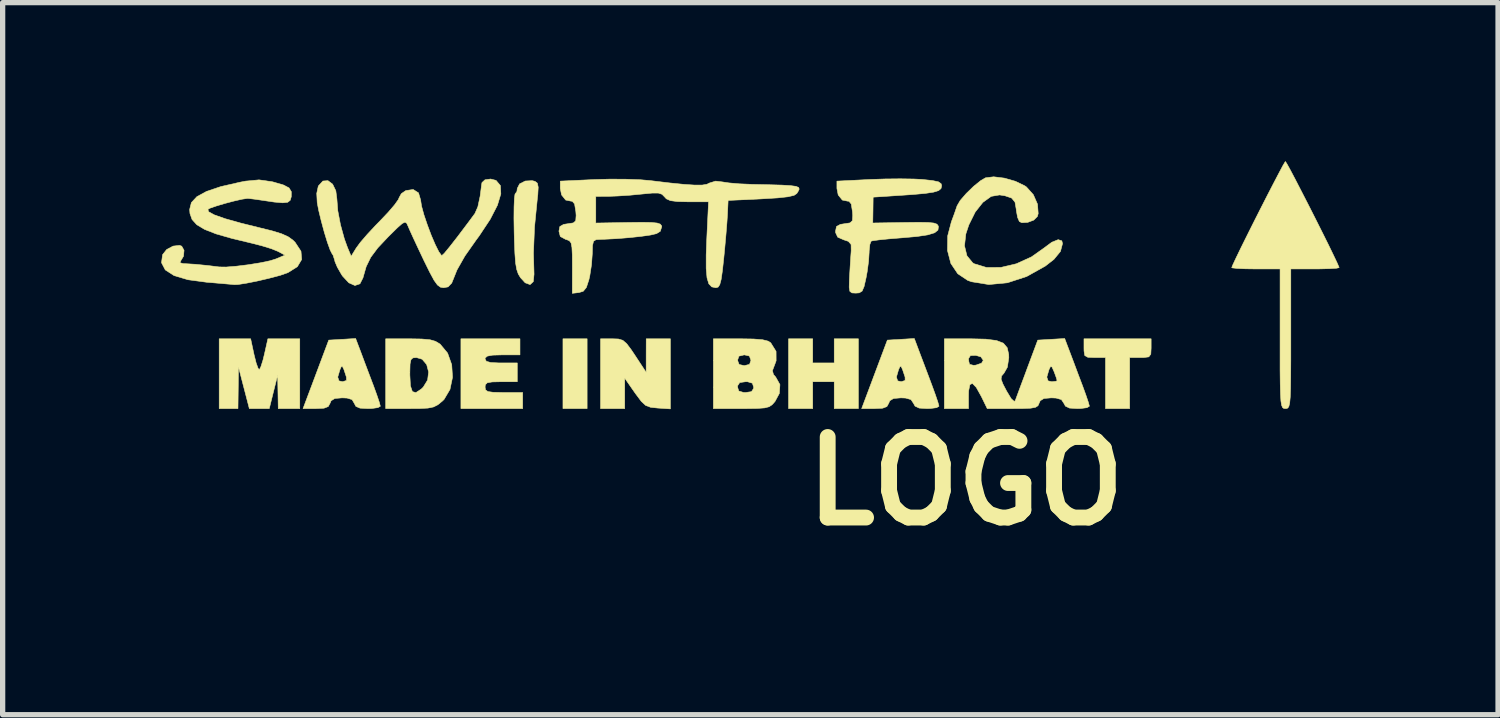
<source format=kicad_pcb>
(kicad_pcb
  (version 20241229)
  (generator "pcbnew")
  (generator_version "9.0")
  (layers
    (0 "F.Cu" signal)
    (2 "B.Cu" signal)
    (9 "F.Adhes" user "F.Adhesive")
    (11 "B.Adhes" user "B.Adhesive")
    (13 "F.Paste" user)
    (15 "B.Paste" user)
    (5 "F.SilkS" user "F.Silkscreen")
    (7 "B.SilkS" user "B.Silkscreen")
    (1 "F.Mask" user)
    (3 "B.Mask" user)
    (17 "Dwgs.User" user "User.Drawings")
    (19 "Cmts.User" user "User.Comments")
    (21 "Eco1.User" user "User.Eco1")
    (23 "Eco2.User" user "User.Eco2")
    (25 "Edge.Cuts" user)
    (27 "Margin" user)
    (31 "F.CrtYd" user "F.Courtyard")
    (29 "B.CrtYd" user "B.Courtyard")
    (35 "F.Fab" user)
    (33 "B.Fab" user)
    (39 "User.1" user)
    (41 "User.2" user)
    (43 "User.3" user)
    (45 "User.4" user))
  (footprint "LOGO"
    (layer "F.Cu")
    (at 15.218 6.05)
    (property "Reference" "LOGO" (at 0 0 0) (layer "F.SilkS") (effects (font (size 1.524 1.524) (thickness 0.3))))
    (attr through_hole)
    (fp_poly (pts (xy -7.163 -1.372) (xy -7.62 -1.372) (xy -7.62 -2.692) (xy -7.163 -2.692) (xy -7.163 -1.372)) (stroke (width 0.01) (type solid)) (fill yes) (layer "F.SilkS"))
    (fp_poly (pts (xy -2.896 -2.235) (xy -2.489 -2.235) (xy -2.489 -2.692) (xy -2.032 -2.692) (xy -2.032 -1.372) (xy -2.489 -1.372) (xy -2.489 -1.88) (xy -2.896 -1.88) (xy -2.896 -1.372) (xy -3.353 -1.372) (xy -3.353 -2.692) (xy -2.896 -2.692) (xy -2.896 -2.235)) (stroke (width 0.01) (type solid)) (fill yes) (layer "F.SilkS"))
    (fp_poly (pts (xy 3.505 -2.515) (xy 3.499 -2.401) (xy 3.461 -2.35) (xy 3.362 -2.337) (xy 3.302 -2.337) (xy 3.099 -2.337) (xy 3.099 -1.372) (xy 2.642 -1.372) (xy 2.642 -2.337) (xy 2.438 -2.337) (xy 2.308 -2.342) (xy 2.25 -2.375) (xy 2.236 -2.462) (xy 2.235 -2.515) (xy 2.235 -2.692) (xy 3.505 -2.692) (xy 3.505 -2.515)) (stroke (width 0.01) (type solid)) (fill yes) (layer "F.SilkS"))
    (fp_poly (pts (xy -13.462 -2.389) (xy -13.423 -2.234) (xy -13.386 -2.132) (xy -13.362 -2.107) (xy -13.333 -2.165) (xy -13.293 -2.291) (xy -13.264 -2.411) (xy -13.201 -2.692) (xy -12.598 -2.692) (xy -12.598 -1.372) (xy -13.005 -1.372) (xy -13.016 -2.007) (xy -13.096 -1.689) (xy -13.175 -1.372) (xy -13.552 -1.372) (xy -13.757 -2.159) (xy -13.767 -1.372) (xy -14.122 -1.372) (xy -14.122 -2.692) (xy -13.527 -2.692) (xy -13.462 -2.389)) (stroke (width 0.01) (type solid)) (fill yes) (layer "F.SilkS"))
    (fp_poly (pts (xy -6.571 -2.688) (xy -6.488 -2.663) (xy -6.415 -2.6) (xy -6.325 -2.48) (xy -6.255 -2.375) (xy -6.046 -2.057) (xy -6.046 -2.375) (xy -6.045 -2.692) (xy -5.588 -2.692) (xy -5.588 -1.366) (xy -5.828 -1.382) (xy -5.961 -1.396) (xy -6.055 -1.431) (xy -6.138 -1.508) (xy -6.241 -1.646) (xy -6.26 -1.672) (xy -6.452 -1.948) (xy -6.452 -1.372) (xy -6.909 -1.372) (xy -6.909 -2.692) (xy -6.687 -2.692) (xy -6.571 -2.688)) (stroke (width 0.01) (type solid)) (fill yes) (layer "F.SilkS"))
    (fp_poly (pts (xy -8.433 -2.388) (xy -8.763 -2.388) (xy -8.948 -2.383) (xy -9.051 -2.364) (xy -9.091 -2.329) (xy -9.093 -2.311) (xy -9.07 -2.267) (xy -8.987 -2.243) (xy -8.825 -2.235) (xy -8.788 -2.235) (xy -8.484 -2.235) (xy -8.484 -1.88) (xy -8.788 -1.88) (xy -8.959 -1.876) (xy -9.051 -1.86) (xy -9.088 -1.823) (xy -9.093 -1.778) (xy -9.084 -1.725) (xy -9.04 -1.694) (xy -8.942 -1.68) (xy -8.766 -1.676) (xy -8.738 -1.676) (xy -8.382 -1.676) (xy -8.382 -1.372) (xy -9.55 -1.372) (xy -9.55 -2.692) (xy -8.433 -2.692) (xy -8.433 -2.388)) (stroke (width 0.01) (type solid)) (fill yes) (layer "F.SilkS"))
    (fp_poly (pts (xy -8.149 -5.67) (xy -8.104 -5.635) (xy -8.088 -5.559) (xy -8.096 -5.417) (xy -8.104 -5.347) (xy -8.158 -4.803) (xy -8.178 -4.312) (xy -8.167 -3.913) (xy -8.181 -3.773) (xy -8.242 -3.717) (xy -8.334 -3.751) (xy -8.423 -3.848) (xy -8.465 -3.918) (xy -8.495 -4.005) (xy -8.516 -4.127) (xy -8.529 -4.304) (xy -8.539 -4.554) (xy -8.543 -4.714) (xy -8.547 -4.972) (xy -8.545 -5.188) (xy -8.538 -5.347) (xy -8.527 -5.428) (xy -8.522 -5.436) (xy -8.491 -5.478) (xy -8.484 -5.536) (xy -8.44 -5.622) (xy -8.333 -5.676) (xy -8.202 -5.683) (xy -8.149 -5.67)) (stroke (width 0.01) (type solid)) (fill yes) (layer "F.SilkS"))
    (fp_poly (pts (xy -10.291 -2.688) (xy -10.135 -2.674) (xy -10.029 -2.643) (xy -9.946 -2.593) (xy -9.942 -2.59) (xy -9.802 -2.421) (xy -9.724 -2.202) (xy -9.709 -1.963) (xy -9.757 -1.734) (xy -9.869 -1.545) (xy -9.902 -1.513) (xy -9.985 -1.445) (xy -10.067 -1.403) (xy -10.174 -1.381) (xy -10.334 -1.373) (xy -10.516 -1.372) (xy -10.973 -1.372) (xy -10.973 -2.007) (xy -10.516 -2.007) (xy -10.505 -1.802) (xy -10.468 -1.693) (xy -10.402 -1.674) (xy -10.3 -1.741) (xy -10.262 -1.778) (xy -10.18 -1.912) (xy -10.161 -2.064) (xy -10.198 -2.205) (xy -10.283 -2.305) (xy -10.39 -2.337) (xy -10.458 -2.331) (xy -10.495 -2.297) (xy -10.512 -2.214) (xy -10.516 -2.057) (xy -10.516 -2.007) (xy -10.973 -2.007) (xy -10.973 -2.692) (xy -10.522 -2.692) (xy -10.291 -2.688)) (stroke (width 0.01) (type solid)) (fill yes) (layer "F.SilkS"))
    (fp_poly (pts (xy -11.439 -2.428) (xy -11.367 -2.235) (xy -11.279 -2.002) (xy -11.206 -1.81) (xy -11.142 -1.634) (xy -11.095 -1.495) (xy -11.075 -1.42) (xy -11.074 -1.416) (xy -11.12 -1.39) (xy -11.235 -1.374) (xy -11.308 -1.372) (xy -11.458 -1.38) (xy -11.536 -1.413) (xy -11.568 -1.473) (xy -11.609 -1.542) (xy -11.704 -1.571) (xy -11.796 -1.575) (xy -11.936 -1.563) (xy -12.006 -1.519) (xy -12.025 -1.473) (xy -12.06 -1.41) (xy -12.14 -1.379) (xy -12.292 -1.372) (xy -12.294 -1.372) (xy -12.536 -1.372) (xy -12.312 -1.968) (xy -11.88 -1.968) (xy -11.856 -1.896) (xy -11.787 -1.88) (xy -11.714 -1.904) (xy -11.716 -1.968) (xy -11.763 -2.111) (xy -11.792 -2.171) (xy -11.814 -2.163) (xy -11.838 -2.108) (xy -11.88 -1.968) (xy -12.312 -1.968) (xy -12.293 -2.019) (xy -12.05 -2.667) (xy -11.541 -2.697) (xy -11.439 -2.428)) (stroke (width 0.01) (type solid)) (fill yes) (layer "F.SilkS"))
    (fp_poly (pts (xy -0.873 -2.428) (xy -0.8 -2.235) (xy -0.712 -2.002) (xy -0.64 -1.81) (xy -0.576 -1.634) (xy -0.529 -1.495) (xy -0.508 -1.42) (xy -0.508 -1.416) (xy -0.553 -1.389) (xy -0.668 -1.374) (xy -0.733 -1.372) (xy -0.882 -1.381) (xy -0.96 -1.418) (xy -0.991 -1.473) (xy -1.037 -1.542) (xy -1.138 -1.571) (xy -1.227 -1.575) (xy -1.368 -1.563) (xy -1.438 -1.52) (xy -1.458 -1.473) (xy -1.493 -1.41) (xy -1.573 -1.379) (xy -1.726 -1.372) (xy -1.727 -1.372) (xy -1.97 -1.372) (xy -1.746 -1.968) (xy -1.313 -1.968) (xy -1.289 -1.896) (xy -1.221 -1.88) (xy -1.148 -1.904) (xy -1.149 -1.968) (xy -1.197 -2.111) (xy -1.225 -2.171) (xy -1.247 -2.163) (xy -1.272 -2.108) (xy -1.313 -1.968) (xy -1.746 -1.968) (xy -1.727 -2.019) (xy -1.484 -2.667) (xy -0.974 -2.697) (xy -0.873 -2.428)) (stroke (width 0.01) (type solid)) (fill yes) (layer "F.SilkS"))
    (fp_poly (pts (xy -4.015 -2.688) (xy -3.843 -2.674) (xy -3.737 -2.647) (xy -3.69 -2.616) (xy -3.589 -2.454) (xy -3.588 -2.276) (xy -3.617 -2.197) (xy -3.658 -2.089) (xy -3.638 -2.016) (xy -3.596 -1.968) (xy -3.516 -1.826) (xy -3.527 -1.659) (xy -3.61 -1.505) (xy -3.663 -1.446) (xy -3.72 -1.407) (xy -3.805 -1.385) (xy -3.939 -1.375) (xy -4.144 -1.372) (xy -4.245 -1.372) (xy -4.775 -1.372) (xy -4.775 -1.778) (xy -4.318 -1.778) (xy -4.294 -1.704) (xy -4.205 -1.677) (xy -4.166 -1.676) (xy -4.054 -1.692) (xy -4.015 -1.752) (xy -4.013 -1.778) (xy -4.037 -1.852) (xy -4.126 -1.879) (xy -4.166 -1.88) (xy -4.277 -1.864) (xy -4.316 -1.804) (xy -4.318 -1.778) (xy -4.775 -1.778) (xy -4.775 -2.286) (xy -4.318 -2.286) (xy -4.288 -2.206) (xy -4.191 -2.184) (xy -4.091 -2.208) (xy -4.064 -2.286) (xy -4.094 -2.366) (xy -4.191 -2.388) (xy -4.291 -2.364) (xy -4.318 -2.286) (xy -4.775 -2.286) (xy -4.775 -2.692) (xy -4.271 -2.692) (xy -4.015 -2.688)) (stroke (width 0.01) (type solid)) (fill yes) (layer "F.SilkS"))
    (fp_poly (pts (xy 6.073 -6.002) (xy 6.138 -5.884) (xy 6.232 -5.706) (xy 6.346 -5.485) (xy 6.474 -5.236) (xy 6.606 -4.976) (xy 6.735 -4.719) (xy 6.853 -4.482) (xy 6.951 -4.28) (xy 7.022 -4.131) (xy 7.058 -4.048) (xy 7.061 -4.038) (xy 7.014 -4.027) (xy 6.888 -4.019) (xy 6.706 -4.014) (xy 6.604 -4.013) (xy 6.147 -4.013) (xy 6.147 -2.692) (xy 6.147 -2.292) (xy 6.145 -1.983) (xy 6.142 -1.751) (xy 6.136 -1.587) (xy 6.126 -1.479) (xy 6.111 -1.415) (xy 6.091 -1.383) (xy 6.065 -1.373) (xy 6.045 -1.372) (xy 6.014 -1.375) (xy 5.991 -1.392) (xy 5.973 -1.436) (xy 5.96 -1.516) (xy 5.952 -1.645) (xy 5.947 -1.835) (xy 5.944 -2.096) (xy 5.944 -2.44) (xy 5.944 -2.692) (xy 5.944 -4.013) (xy 5.486 -4.013) (xy 5.285 -4.016) (xy 5.129 -4.023) (xy 5.041 -4.033) (xy 5.029 -4.038) (xy 5.051 -4.093) (xy 5.111 -4.221) (xy 5.201 -4.407) (xy 5.313 -4.633) (xy 5.439 -4.885) (xy 5.571 -5.146) (xy 5.701 -5.401) (xy 5.821 -5.633) (xy 5.923 -5.828) (xy 5.998 -5.969) (xy 6.04 -6.04) (xy 6.045 -6.045) (xy 6.073 -6.002)) (stroke (width 0.01) (type solid)) (fill yes) (layer "F.SilkS"))
    (fp_poly (pts (xy 0.729 -5.731) (xy 0.938 -5.671) (xy 1.114 -5.586) (xy 1.146 -5.564) (xy 1.277 -5.418) (xy 1.356 -5.238) (xy 1.369 -5.061) (xy 1.354 -5.006) (xy 1.285 -4.937) (xy 1.171 -4.894) (xy 1.059 -4.888) (xy 1.013 -4.91) (xy 0.979 -4.988) (xy 0.955 -5.12) (xy 0.953 -5.145) (xy 0.93 -5.277) (xy 0.867 -5.354) (xy 0.741 -5.397) (xy 0.638 -5.413) (xy 0.48 -5.386) (xy 0.322 -5.272) (xy 0.177 -5.088) (xy 0.057 -4.846) (xy 0.000273 -4.675) (xy -0.025 -4.451) (xy 0.021 -4.262) (xy 0.13 -4.129) (xy 0.159 -4.111) (xy 0.39 -4.041) (xy 0.664 -4.042) (xy 0.956 -4.111) (xy 1.242 -4.241) (xy 1.465 -4.399) (xy 1.626 -4.518) (xy 1.747 -4.567) (xy 1.816 -4.545) (xy 1.829 -4.492) (xy 1.79 -4.345) (xy 1.667 -4.195) (xy 1.503 -4.067) (xy 1.15 -3.87) (xy 0.788 -3.752) (xy 0.436 -3.718) (xy 0.109 -3.771) (xy 0.035 -3.797) (xy -0.153 -3.923) (xy -0.283 -4.117) (xy -0.347 -4.362) (xy -0.343 -4.638) (xy -0.274 -4.902) (xy -0.217 -5.056) (xy -0.173 -5.184) (xy -0.165 -5.207) (xy -0.106 -5.308) (xy 0.008 -5.44) (xy 0.147 -5.575) (xy 0.282 -5.684) (xy 0.373 -5.737) (xy 0.527 -5.756) (xy 0.729 -5.731)) (stroke (width 0.01) (type solid)) (fill yes) (layer "F.SilkS"))
    (fp_poly (pts (xy -0.982 -5.714) (xy -0.826 -5.706) (xy -0.631 -5.685) (xy -0.518 -5.661) (xy -0.467 -5.625) (xy -0.457 -5.586) (xy -0.469 -5.534) (xy -0.515 -5.495) (xy -0.609 -5.466) (xy -0.766 -5.442) (xy -0.999 -5.421) (xy -1.219 -5.406) (xy -1.753 -5.371) (xy -1.756 -5.126) (xy -1.76 -4.882) (xy -1.148 -4.892) (xy -0.888 -4.895) (xy -0.712 -4.892) (xy -0.604 -4.881) (xy -0.546 -4.86) (xy -0.522 -4.827) (xy -0.518 -4.813) (xy -0.527 -4.748) (xy -0.589 -4.698) (xy -0.718 -4.658) (xy -0.923 -4.627) (xy -1.218 -4.601) (xy -1.245 -4.599) (xy -1.463 -4.581) (xy -1.642 -4.563) (xy -1.759 -4.547) (xy -1.791 -4.539) (xy -1.815 -4.477) (xy -1.828 -4.355) (xy -1.829 -4.323) (xy -1.839 -4.161) (xy -1.866 -3.959) (xy -1.887 -3.844) (xy -1.924 -3.681) (xy -1.961 -3.595) (xy -2.016 -3.561) (xy -2.08 -3.556) (xy -2.154 -3.56) (xy -2.193 -3.589) (xy -2.206 -3.665) (xy -2.202 -3.813) (xy -2.199 -3.873) (xy -2.187 -4.074) (xy -2.175 -4.26) (xy -2.168 -4.357) (xy -2.17 -4.476) (xy -2.222 -4.535) (xy -2.309 -4.564) (xy -2.423 -4.614) (xy -2.463 -4.7) (xy -2.464 -4.728) (xy -2.446 -4.816) (xy -2.373 -4.856) (xy -2.296 -4.868) (xy -2.191 -4.884) (xy -2.145 -4.926) (xy -2.139 -5.025) (xy -2.144 -5.096) (xy -2.167 -5.242) (xy -2.212 -5.295) (xy -2.228 -5.294) (xy -2.336 -5.316) (xy -2.414 -5.413) (xy -2.438 -5.536) (xy -2.438 -5.674) (xy -1.816 -5.705) (xy -1.53 -5.715) (xy -1.239 -5.718) (xy -0.982 -5.714)) (stroke (width 0.01) (type solid)) (fill yes) (layer "F.SilkS"))
    (fp_poly (pts (xy 1.972 -2.428) (xy 2.045 -2.235) (xy 2.132 -2.002) (xy 2.205 -1.81) (xy 2.269 -1.634) (xy 2.316 -1.495) (xy 2.337 -1.42) (xy 2.337 -1.416) (xy 2.291 -1.389) (xy 2.177 -1.374) (xy 2.112 -1.372) (xy 1.962 -1.381) (xy 1.884 -1.418) (xy 1.854 -1.473) (xy 1.808 -1.542) (xy 1.707 -1.571) (xy 1.617 -1.575) (xy 1.477 -1.563) (xy 1.407 -1.52) (xy 1.386 -1.473) (xy 1.365 -1.426) (xy 1.318 -1.396) (xy 1.226 -1.379) (xy 1.068 -1.373) (xy 0.882 -1.372) (xy 0.405 -1.372) (xy 0.295 -1.598) (xy 0.198 -1.772) (xy 0.125 -1.848) (xy 0.077 -1.825) (xy 0.053 -1.705) (xy 0.051 -1.624) (xy 0.051 -1.372) (xy -0.406 -1.372) (xy -0.406 -2.286) (xy 0.051 -2.286) (xy 0.07 -2.209) (xy 0.146 -2.19) (xy 0.191 -2.194) (xy 0.298 -2.231) (xy 0.33 -2.286) (xy 0.285 -2.35) (xy 0.191 -2.378) (xy 0.088 -2.375) (xy 0.053 -2.32) (xy 0.051 -2.286) (xy -0.406 -2.286) (xy -0.406 -2.692) (xy 0.09 -2.692) (xy 0.379 -2.685) (xy 0.581 -2.659) (xy 0.711 -2.608) (xy 0.783 -2.523) (xy 0.811 -2.398) (xy 0.813 -2.334) (xy 0.786 -2.155) (xy 0.724 -2.045) (xy 0.676 -1.988) (xy 0.667 -1.929) (xy 0.701 -1.838) (xy 0.772 -1.702) (xy 0.86 -1.557) (xy 0.917 -1.507) (xy 0.936 -1.525) (xy 0.964 -1.601) (xy 1.019 -1.75) (xy 1.093 -1.948) (xy 1.101 -1.968) (xy 1.532 -1.968) (xy 1.556 -1.896) (xy 1.626 -1.88) (xy 1.708 -1.889) (xy 1.727 -1.902) (xy 1.71 -1.96) (xy 1.671 -2.067) (xy 1.629 -2.16) (xy 1.601 -2.166) (xy 1.573 -2.108) (xy 1.532 -1.968) (xy 1.101 -1.968) (xy 1.162 -2.134) (xy 1.361 -2.667) (xy 1.616 -2.682) (xy 1.87 -2.697) (xy 1.972 -2.428)) (stroke (width 0.01) (type solid)) (fill yes) (layer "F.SilkS"))
    (fp_poly (pts (xy -13.122 -5.663) (xy -13.094 -5.656) (xy -12.906 -5.601) (xy -12.801 -5.546) (xy -12.758 -5.475) (xy -12.759 -5.378) (xy -12.779 -5.311) (xy -12.827 -5.274) (xy -12.921 -5.264) (xy -13.081 -5.278) (xy -13.284 -5.308) (xy -13.441 -5.331) (xy -13.556 -5.345) (xy -13.589 -5.347) (xy -13.691 -5.332) (xy -13.844 -5.297) (xy -14.018 -5.251) (xy -14.179 -5.203) (xy -14.297 -5.162) (xy -14.335 -5.141) (xy -14.324 -5.096) (xy -14.215 -5.036) (xy -14.011 -4.964) (xy -13.716 -4.881) (xy -13.386 -4.799) (xy -13.126 -4.735) (xy -12.944 -4.679) (xy -12.819 -4.623) (xy -12.729 -4.559) (xy -12.687 -4.518) (xy -12.575 -4.348) (xy -12.562 -4.192) (xy -12.644 -4.055) (xy -12.821 -3.944) (xy -12.968 -3.892) (xy -13.185 -3.835) (xy -13.408 -3.783) (xy -13.61 -3.743) (xy -13.764 -3.719) (xy -13.834 -3.716) (xy -13.909 -3.723) (xy -14.058 -3.736) (xy -14.256 -3.753) (xy -14.355 -3.761) (xy -14.712 -3.809) (xy -14.975 -3.887) (xy -15.142 -3.995) (xy -15.213 -4.131) (xy -15.193 -4.283) (xy -15.116 -4.38) (xy -14.994 -4.445) (xy -14.873 -4.459) (xy -14.831 -4.444) (xy -14.787 -4.365) (xy -14.797 -4.254) (xy -14.844 -4.176) (xy -14.866 -4.132) (xy -14.805 -4.114) (xy -14.755 -4.112) (xy -14.572 -4.101) (xy -14.331 -4.077) (xy -14.122 -4.051) (xy -13.992 -4.049) (xy -13.796 -4.065) (xy -13.569 -4.093) (xy -13.345 -4.129) (xy -13.159 -4.168) (xy -13.056 -4.2) (xy -12.878 -4.274) (xy -13.014 -4.347) (xy -13.135 -4.396) (xy -13.314 -4.451) (xy -13.497 -4.498) (xy -13.884 -4.591) (xy -14.181 -4.676) (xy -14.398 -4.761) (xy -14.545 -4.849) (xy -14.635 -4.948) (xy -14.675 -5.062) (xy -14.681 -5.138) (xy -14.648 -5.268) (xy -14.543 -5.381) (xy -14.359 -5.481) (xy -14.09 -5.571) (xy -13.727 -5.654) (xy -13.624 -5.674) (xy -13.369 -5.698) (xy -13.122 -5.663)) (stroke (width 0.01) (type solid)) (fill yes) (layer "F.SilkS"))
    (fp_poly (pts (xy -8.886 -5.688) (xy -8.803 -5.59) (xy -8.795 -5.432) (xy -8.86 -5.217) (xy -8.997 -4.951) (xy -9.204 -4.639) (xy -9.264 -4.558) (xy -9.476 -4.256) (xy -9.624 -3.995) (xy -9.721 -3.753) (xy -9.723 -3.747) (xy -9.793 -3.674) (xy -9.877 -3.658) (xy -9.937 -3.668) (xy -9.994 -3.71) (xy -10.058 -3.799) (xy -10.14 -3.951) (xy -10.252 -4.178) (xy -10.357 -4.4) (xy -10.45 -4.599) (xy -10.519 -4.751) (xy -10.55 -4.823) (xy -10.576 -4.879) (xy -10.608 -4.898) (xy -10.661 -4.872) (xy -10.752 -4.792) (xy -10.896 -4.65) (xy -10.927 -4.619) (xy -11.123 -4.411) (xy -11.256 -4.233) (xy -11.342 -4.057) (xy -11.4 -3.855) (xy -11.401 -3.848) (xy -11.46 -3.732) (xy -11.555 -3.7) (xy -11.67 -3.751) (xy -11.791 -3.881) (xy -11.81 -3.911) (xy -11.887 -4.045) (xy -11.932 -4.151) (xy -11.938 -4.18) (xy -11.97 -4.278) (xy -11.984 -4.295) (xy -12.023 -4.371) (xy -12.076 -4.518) (xy -12.135 -4.711) (xy -12.192 -4.922) (xy -12.241 -5.124) (xy -12.268 -5.267) (xy -12.277 -5.443) (xy -12.248 -5.578) (xy -12.245 -5.584) (xy -12.16 -5.676) (xy -12.065 -5.683) (xy -11.977 -5.617) (xy -11.916 -5.491) (xy -11.896 -5.337) (xy -11.879 -5.115) (xy -11.828 -4.848) (xy -11.754 -4.58) (xy -11.698 -4.425) (xy -11.626 -4.253) (xy -11.53 -4.409) (xy -11.453 -4.514) (xy -11.324 -4.664) (xy -11.165 -4.835) (xy -11.077 -4.925) (xy -10.925 -5.085) (xy -10.805 -5.225) (xy -10.733 -5.326) (xy -10.719 -5.361) (xy -10.677 -5.437) (xy -10.593 -5.495) (xy -10.453 -5.516) (xy -10.352 -5.452) (xy -10.312 -5.317) (xy -10.312 -5.315) (xy -10.295 -5.203) (xy -10.25 -5.038) (xy -10.185 -4.846) (xy -10.111 -4.649) (xy -10.035 -4.472) (xy -9.968 -4.338) (xy -9.919 -4.271) (xy -9.91 -4.267) (xy -9.865 -4.308) (xy -9.766 -4.428) (xy -9.615 -4.621) (xy -9.416 -4.885) (xy -9.285 -5.062) (xy -9.23 -5.187) (xy -9.187 -5.387) (xy -9.174 -5.486) (xy -9.16 -5.596) (xy -9.152 -5.646) (xy -9.095 -5.699) (xy -8.988 -5.714) (xy -8.886 -5.688)) (stroke (width 0.01) (type solid)) (fill yes) (layer "F.SilkS"))
    (fp_poly (pts (xy -6.425 -5.71) (xy -6.151 -5.7) (xy -5.969 -5.684) (xy -5.603 -5.64) (xy -5.325 -5.612) (xy -5.123 -5.599) (xy -4.984 -5.6) (xy -4.896 -5.615) (xy -4.853 -5.637) (xy -4.732 -5.674) (xy -4.612 -5.66) (xy -4.477 -5.64) (xy -4.282 -5.623) (xy -4.069 -5.614) (xy -4.064 -5.613) (xy -3.729 -5.606) (xy -3.483 -5.599) (xy -3.315 -5.589) (xy -3.212 -5.575) (xy -3.162 -5.554) (xy -3.152 -5.523) (xy -3.172 -5.48) (xy -3.197 -5.44) (xy -3.249 -5.405) (xy -3.366 -5.378) (xy -3.558 -5.357) (xy -3.839 -5.34) (xy -3.869 -5.338) (xy -4.496 -5.309) (xy -4.508 -5.055) (xy -4.518 -4.897) (xy -4.536 -4.672) (xy -4.559 -4.414) (xy -4.577 -4.229) (xy -4.604 -3.979) (xy -4.628 -3.814) (xy -4.654 -3.716) (xy -4.685 -3.67) (xy -4.726 -3.658) (xy -4.729 -3.658) (xy -4.806 -3.674) (xy -4.861 -3.732) (xy -4.895 -3.844) (xy -4.911 -4.022) (xy -4.911 -4.278) (xy -4.9 -4.574) (xy -4.866 -5.283) (xy -5.249 -5.283) (xy -5.457 -5.288) (xy -5.587 -5.305) (xy -5.664 -5.339) (xy -5.699 -5.377) (xy -5.746 -5.425) (xy -5.815 -5.448) (xy -5.933 -5.448) (xy -6.121 -5.43) (xy -6.35 -5.408) (xy -6.583 -5.393) (xy -6.738 -5.387) (xy -6.999 -5.385) (xy -6.999 -4.881) (xy -6.383 -4.892) (xy -6.123 -4.895) (xy -5.946 -4.892) (xy -5.837 -4.881) (xy -5.779 -4.861) (xy -5.754 -4.828) (xy -5.751 -4.813) (xy -5.779 -4.725) (xy -5.851 -4.681) (xy -5.961 -4.655) (xy -6.144 -4.629) (xy -6.369 -4.605) (xy -6.607 -4.586) (xy -6.828 -4.575) (xy -6.896 -4.573) (xy -6.992 -4.568) (xy -7.042 -4.537) (xy -7.061 -4.455) (xy -7.065 -4.305) (xy -7.08 -4.094) (xy -7.113 -3.88) (xy -7.129 -3.81) (xy -7.177 -3.663) (xy -7.236 -3.591) (xy -7.315 -3.567) (xy -7.443 -3.552) (xy -7.442 -4.046) (xy -7.443 -4.274) (xy -7.45 -4.419) (xy -7.466 -4.503) (xy -7.498 -4.546) (xy -7.549 -4.567) (xy -7.569 -4.572) (xy -7.67 -4.627) (xy -7.696 -4.727) (xy -7.679 -4.815) (xy -7.607 -4.856) (xy -7.528 -4.868) (xy -7.423 -4.884) (xy -7.378 -4.926) (xy -7.371 -5.025) (xy -7.376 -5.096) (xy -7.4 -5.242) (xy -7.445 -5.295) (xy -7.46 -5.294) (xy -7.568 -5.316) (xy -7.646 -5.413) (xy -7.671 -5.536) (xy -7.671 -5.674) (xy -7.023 -5.704) (xy -6.728 -5.712) (xy -6.425 -5.71)) (stroke (width 0.01) (type solid)) (fill yes) (layer "F.SilkS")))
  (gr_rect
    (start -3 -3)
    (end 25.285 10.468)
    (stroke (width 0.1) (type default))
    (fill no)
    (layer "Edge.Cuts")))
</source>
